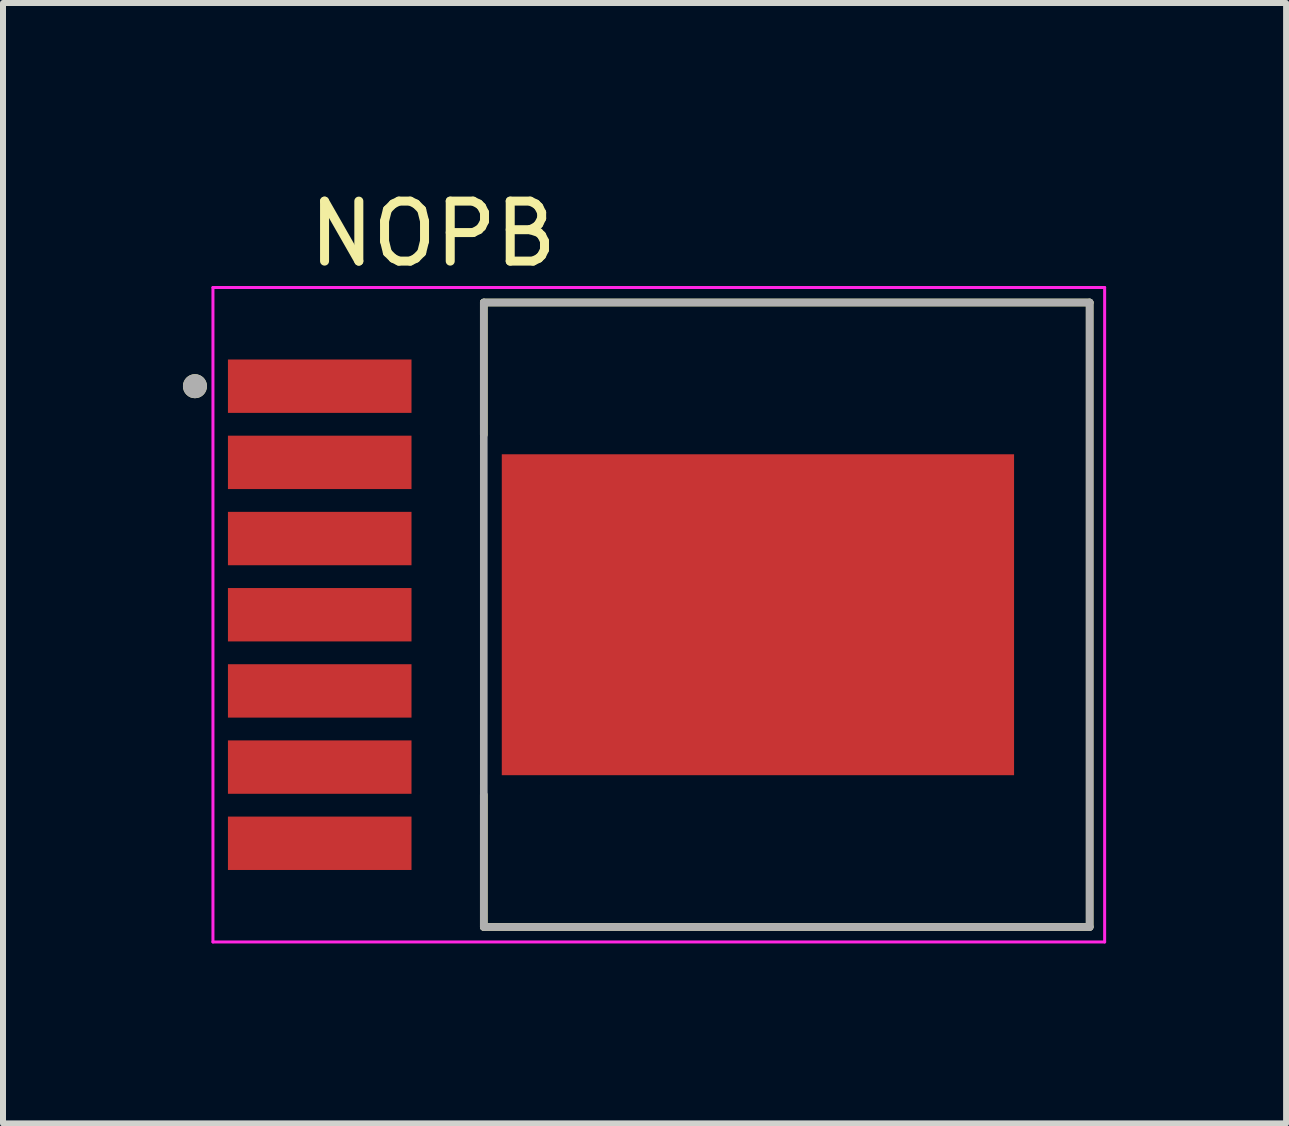
<source format=kicad_pcb>
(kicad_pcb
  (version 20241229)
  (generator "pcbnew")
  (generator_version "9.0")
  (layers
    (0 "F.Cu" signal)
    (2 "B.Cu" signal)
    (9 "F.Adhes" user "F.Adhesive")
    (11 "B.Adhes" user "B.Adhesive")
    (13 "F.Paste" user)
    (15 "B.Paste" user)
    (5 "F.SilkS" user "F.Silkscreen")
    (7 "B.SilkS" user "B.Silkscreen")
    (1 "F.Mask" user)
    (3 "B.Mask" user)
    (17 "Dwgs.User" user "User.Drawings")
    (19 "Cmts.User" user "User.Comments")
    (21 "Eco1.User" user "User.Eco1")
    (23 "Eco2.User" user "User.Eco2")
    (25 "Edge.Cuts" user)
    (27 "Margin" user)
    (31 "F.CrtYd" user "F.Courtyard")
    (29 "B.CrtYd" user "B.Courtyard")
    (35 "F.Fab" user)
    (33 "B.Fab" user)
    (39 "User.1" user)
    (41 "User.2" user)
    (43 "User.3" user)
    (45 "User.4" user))
  (footprint "NOPB"
    (layer "F.Cu")
    (at 9.585 7.198)
    (property "Reference" "NOPB" (at -5.415 -6.35 0) (layer "F.SilkS") (effects (font (size 1 1) (thickness 0.15))))
    (attr through_hole)
    (fp_line (start -4.57 -5.205) (end -4.57 -3) (stroke (width 0.127) (type solid)) (layer "F.SilkS"))
    (fp_line (start -4.57 -5.205) (end 5.53 -5.205) (stroke (width 0.127) (type solid)) (layer "F.SilkS"))
    (fp_line (start -4.57 3) (end -4.57 5.205) (stroke (width 0.127) (type solid)) (layer "F.SilkS"))
    (fp_line (start 5.53 -5.205) (end 5.53 5.205) (stroke (width 0.127) (type solid)) (layer "F.SilkS"))
    (fp_line (start 5.53 5.205) (end -4.57 5.205) (stroke (width 0.127) (type solid)) (layer "F.SilkS"))
    (fp_circle (center -9.385 -3.81) (end -9.285 -3.81) (stroke (width 0.2) (type solid)) (fill no) (layer "F.SilkS"))
    (fp_poly (pts (xy -4.034 -2.079) (xy -2.804 -2.079) (xy -2.804 -0.599) (xy -4.034 -0.599)) (stroke (width 0.01) (type solid)) (fill yes) (layer "F.Paste"))
    (fp_poly (pts (xy -4.034 0.599) (xy -2.804 0.599) (xy -2.804 2.079) (xy -4.034 2.079)) (stroke (width 0.01) (type solid)) (fill yes) (layer "F.Paste"))
    (fp_poly (pts (xy -2.324 -2.079) (xy -1.094 -2.079) (xy -1.094 -0.599) (xy -2.324 -0.599)) (stroke (width 0.01) (type solid)) (fill yes) (layer "F.Paste"))
    (fp_poly (pts (xy -2.324 0.599) (xy -1.094 0.599) (xy -1.094 2.079) (xy -2.324 2.079)) (stroke (width 0.01) (type solid)) (fill yes) (layer "F.Paste"))
    (fp_poly (pts (xy -0.614 -2.079) (xy 0.616 -2.079) (xy 0.616 -0.599) (xy -0.614 -0.599)) (stroke (width 0.01) (type solid)) (fill yes) (layer "F.Paste"))
    (fp_poly (pts (xy -0.614 0.599) (xy 0.616 0.599) (xy 0.616 2.079) (xy -0.614 2.079)) (stroke (width 0.01) (type solid)) (fill yes) (layer "F.Paste"))
    (fp_poly (pts (xy 1.096 -2.079) (xy 2.326 -2.079) (xy 2.326 -0.599) (xy 1.096 -0.599)) (stroke (width 0.01) (type solid)) (fill yes) (layer "F.Paste"))
    (fp_poly (pts (xy 1.096 0.599) (xy 2.326 0.599) (xy 2.326 2.079) (xy 1.096 2.079)) (stroke (width 0.01) (type solid)) (fill yes) (layer "F.Paste"))
    (fp_poly (pts (xy 2.806 -2.079) (xy 4.036 -2.079) (xy 4.036 -0.599) (xy 2.806 -0.599)) (stroke (width 0.01) (type solid)) (fill yes) (layer "F.Paste"))
    (fp_poly (pts (xy 2.806 0.599) (xy 4.036 0.599) (xy 4.036 2.079) (xy 2.806 2.079)) (stroke (width 0.01) (type solid)) (fill yes) (layer "F.Paste"))
    (fp_line (start -9.085 -5.455) (end -9.085 5.455) (stroke (width 0.05) (type solid)) (layer "F.CrtYd"))
    (fp_line (start -9.085 5.455) (end 5.78 5.455) (stroke (width 0.05) (type solid)) (layer "F.CrtYd"))
    (fp_line (start 5.78 -5.455) (end -9.085 -5.455) (stroke (width 0.05) (type solid)) (layer "F.CrtYd"))
    (fp_line (start 5.78 5.455) (end 5.78 -5.455) (stroke (width 0.05) (type solid)) (layer "F.CrtYd"))
    (fp_line (start -4.57 -5.205) (end 5.53 -5.205) (stroke (width 0.127) (type solid)) (layer "F.Fab"))
    (fp_line (start -4.57 5.205) (end -4.57 -5.205) (stroke (width 0.127) (type solid)) (layer "F.Fab"))
    (fp_line (start 5.53 -5.205) (end 5.53 5.205) (stroke (width 0.127) (type solid)) (layer "F.Fab"))
    (fp_line (start 5.53 5.205) (end -4.57 5.205) (stroke (width 0.127) (type solid)) (layer "F.Fab"))
    (fp_circle (center -9.385 -3.81) (end -9.285 -3.81) (stroke (width 0.2) (type solid)) (fill no) (layer "F.Fab"))
    (pad "1" smd rect (at -7.305 -3.81) (size 3.06 0.89) (layers "F.Cu" "F.Mask" "F.Paste"))
    (pad "2" smd rect (at -7.305 -2.54) (size 3.06 0.89) (layers "F.Cu" "F.Mask" "F.Paste"))
    (pad "3" smd rect (at -7.305 -1.27) (size 3.06 0.89) (layers "F.Cu" "F.Mask" "F.Paste"))
    (pad "4" smd rect (at -7.305 0) (size 3.06 0.89) (layers "F.Cu" "F.Mask" "F.Paste"))
    (pad "5" smd rect (at -7.305 1.27) (size 3.06 0.89) (layers "F.Cu" "F.Mask" "F.Paste"))
    (pad "6" smd rect (at -7.305 2.54) (size 3.06 0.89) (layers "F.Cu" "F.Mask" "F.Paste"))
    (pad "7" smd rect (at -7.305 3.81) (size 3.06 0.89) (layers "F.Cu" "F.Mask" "F.Paste"))
    (pad "8" smd rect (at 0 0) (size 8.54 5.35) (layers "F.Cu" "F.Mask")))
  (gr_rect
    (start -3 -3)
    (end 18.39 15.678)
    (stroke (width 0.1) (type default))
    (fill no)
    (layer "Edge.Cuts")))
</source>
